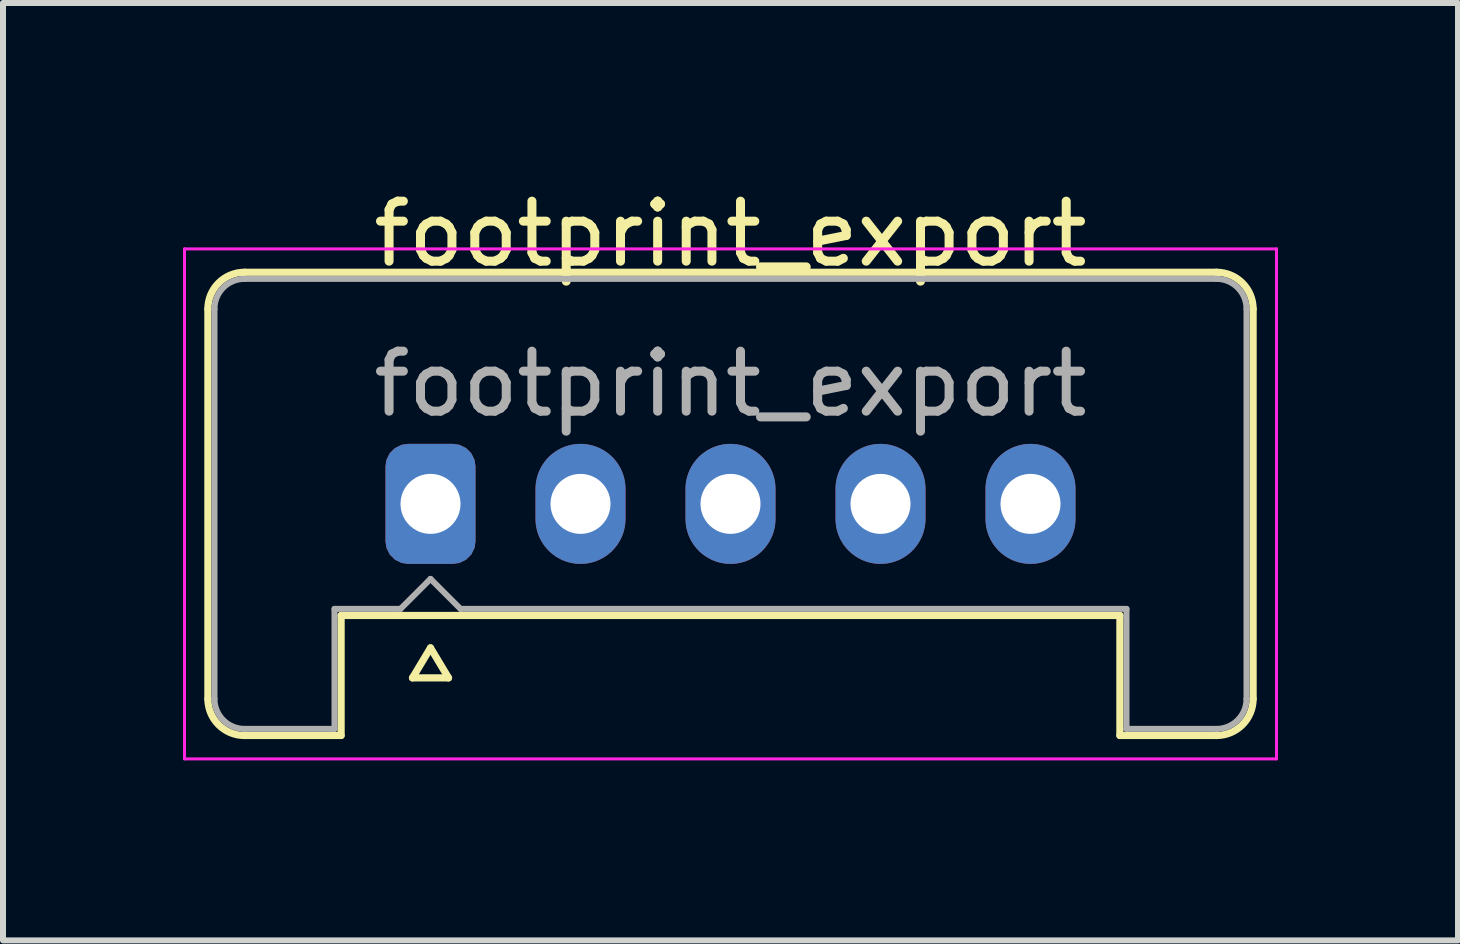
<source format=kicad_pcb>
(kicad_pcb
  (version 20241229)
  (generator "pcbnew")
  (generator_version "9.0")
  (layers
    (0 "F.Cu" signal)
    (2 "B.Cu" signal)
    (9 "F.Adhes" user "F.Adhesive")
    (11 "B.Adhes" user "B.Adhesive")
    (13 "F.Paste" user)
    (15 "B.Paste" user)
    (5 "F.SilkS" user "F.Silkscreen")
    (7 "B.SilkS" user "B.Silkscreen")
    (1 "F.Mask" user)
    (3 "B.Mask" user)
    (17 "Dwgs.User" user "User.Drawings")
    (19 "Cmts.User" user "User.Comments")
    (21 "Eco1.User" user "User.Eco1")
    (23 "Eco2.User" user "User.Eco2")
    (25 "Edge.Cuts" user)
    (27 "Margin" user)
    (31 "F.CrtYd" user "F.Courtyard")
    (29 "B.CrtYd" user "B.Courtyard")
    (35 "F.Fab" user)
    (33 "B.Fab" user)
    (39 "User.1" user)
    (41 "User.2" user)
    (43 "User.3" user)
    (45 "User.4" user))
  (footprint "footprint_export"
    (layer "F.Cu")
    (at 4.125 5.348)
    (property "Reference" "footprint_export" (at 5 -4.5 0) (layer "F.SilkS") (effects (font (size 1 1) (thickness 0.15))))
    (attr through_hole)
    (fp_line (start -3.71 -3.25) (end -3.71 3.25) (stroke (width 0.12) (type solid)) (layer "F.SilkS"))
    (fp_line (start -3.1 -3.86) (end 13.1 -3.86) (stroke (width 0.12) (type solid)) (layer "F.SilkS"))
    (fp_line (start -3.1 3.86) (end -1.49 3.86) (stroke (width 0.12) (type solid)) (layer "F.SilkS"))
    (fp_line (start -1.49 1.86) (end 11.49 1.86) (stroke (width 0.12) (type solid)) (layer "F.SilkS"))
    (fp_line (start -1.49 3.86) (end -1.49 1.86) (stroke (width 0.12) (type solid)) (layer "F.SilkS"))
    (fp_line (start -0.3 2.9) (end 0.3 2.9) (stroke (width 0.12) (type solid)) (layer "F.SilkS"))
    (fp_line (start 0 2.4) (end -0.3 2.9) (stroke (width 0.12) (type solid)) (layer "F.SilkS"))
    (fp_line (start 0.3 2.9) (end 0 2.4) (stroke (width 0.12) (type solid)) (layer "F.SilkS"))
    (fp_line (start 11.49 3.86) (end 11.49 1.86) (stroke (width 0.12) (type solid)) (layer "F.SilkS"))
    (fp_line (start 13.1 3.86) (end 11.49 3.86) (stroke (width 0.12) (type solid)) (layer "F.SilkS"))
    (fp_line (start 13.71 -3.25) (end 13.71 3.25) (stroke (width 0.12) (type solid)) (layer "F.SilkS"))
    (fp_arc (start -3.71 -3.25) (mid -3.531335 -3.681335) (end -3.1 -3.86) (stroke (width 0.12) (type solid)) (layer "F.SilkS"))
    (fp_arc (start -3.1 3.86) (mid -3.531335 3.681335) (end -3.71 3.25) (stroke (width 0.12) (type solid)) (layer "F.SilkS"))
    (fp_arc (start 13.1 -3.86) (mid 13.531335 -3.681335) (end 13.71 -3.25) (stroke (width 0.12) (type solid)) (layer "F.SilkS"))
    (fp_arc (start 13.71 3.25) (mid 13.531335 3.681335) (end 13.1 3.86) (stroke (width 0.12) (type solid)) (layer "F.SilkS"))
    (fp_line (start -4.1 -4.25) (end -4.1 4.25) (stroke (width 0.05) (type solid)) (layer "F.CrtYd"))
    (fp_line (start -4.1 4.25) (end 14.1 4.25) (stroke (width 0.05) (type solid)) (layer "F.CrtYd"))
    (fp_line (start 14.1 -4.25) (end -4.1 -4.25) (stroke (width 0.05) (type solid)) (layer "F.CrtYd"))
    (fp_line (start 14.1 4.25) (end 14.1 -4.25) (stroke (width 0.05) (type solid)) (layer "F.CrtYd"))
    (fp_line (start -3.6 -3.25) (end -3.6 3.25) (stroke (width 0.1) (type solid)) (layer "F.Fab"))
    (fp_line (start -3.1 -3.75) (end 13.1 -3.75) (stroke (width 0.1) (type solid)) (layer "F.Fab"))
    (fp_line (start -3.1 3.75) (end -1.6 3.75) (stroke (width 0.1) (type solid)) (layer "F.Fab"))
    (fp_line (start -1.6 1.75) (end -0.5 1.75) (stroke (width 0.1) (type solid)) (layer "F.Fab"))
    (fp_line (start -1.6 3.75) (end -1.6 1.75) (stroke (width 0.1) (type solid)) (layer "F.Fab"))
    (fp_line (start -0.5 1.75) (end 0 1.25) (stroke (width 0.1) (type solid)) (layer "F.Fab"))
    (fp_line (start 0 1.25) (end 0.5 1.75) (stroke (width 0.1) (type solid)) (layer "F.Fab"))
    (fp_line (start 0.5 1.75) (end 11.6 1.75) (stroke (width 0.1) (type solid)) (layer "F.Fab"))
    (fp_line (start 11.6 3.75) (end 11.6 1.75) (stroke (width 0.1) (type solid)) (layer "F.Fab"))
    (fp_line (start 13.1 3.75) (end 11.6 3.75) (stroke (width 0.1) (type solid)) (layer "F.Fab"))
    (fp_line (start 13.6 -3.25) (end 13.6 3.25) (stroke (width 0.1) (type solid)) (layer "F.Fab"))
    (fp_arc (start -3.6 -3.25) (mid -3.453553 -3.603553) (end -3.1 -3.75) (stroke (width 0.1) (type solid)) (layer "F.Fab"))
    (fp_arc (start -3.1 3.75) (mid -3.453553 3.603553) (end -3.6 3.25) (stroke (width 0.1) (type solid)) (layer "F.Fab"))
    (fp_arc (start 13.1 -3.75) (mid 13.453553 -3.603553) (end 13.6 -3.25) (stroke (width 0.1) (type solid)) (layer "F.Fab"))
    (fp_arc (start 13.6 3.25) (mid 13.453553 3.603553) (end 13.1 3.75) (stroke (width 0.1) (type solid)) (layer "F.Fab"))
    (fp_text user "${REFERENCE}" (at 5 -2 0) (layer "F.Fab") (effects (font (size 1 1) (thickness 0.15))))
    (pad "1" thru_hole roundrect (at 0 0) (size 1.5 2) (drill 1) (layers "*.Cu" "*.Mask") (roundrect_rratio 0.25))
    (pad "2" thru_hole oval (at 2.5 0) (size 1.5 2) (drill 1) (layers "*.Cu" "*.Mask"))
    (pad "3" thru_hole oval (at 5 0) (size 1.5 2) (drill 1) (layers "*.Cu" "*.Mask"))
    (pad "4" thru_hole oval (at 7.5 0) (size 1.5 2) (drill 1) (layers "*.Cu" "*.Mask"))
    (pad "5" thru_hole oval (at 10 0) (size 1.5 2) (drill 1) (layers "*.Cu" "*.Mask")))
  (gr_rect
    (start -3 -3)
    (end 21.25 12.623)
    (stroke (width 0.1) (type default))
    (fill no)
    (layer "Edge.Cuts")))
</source>
